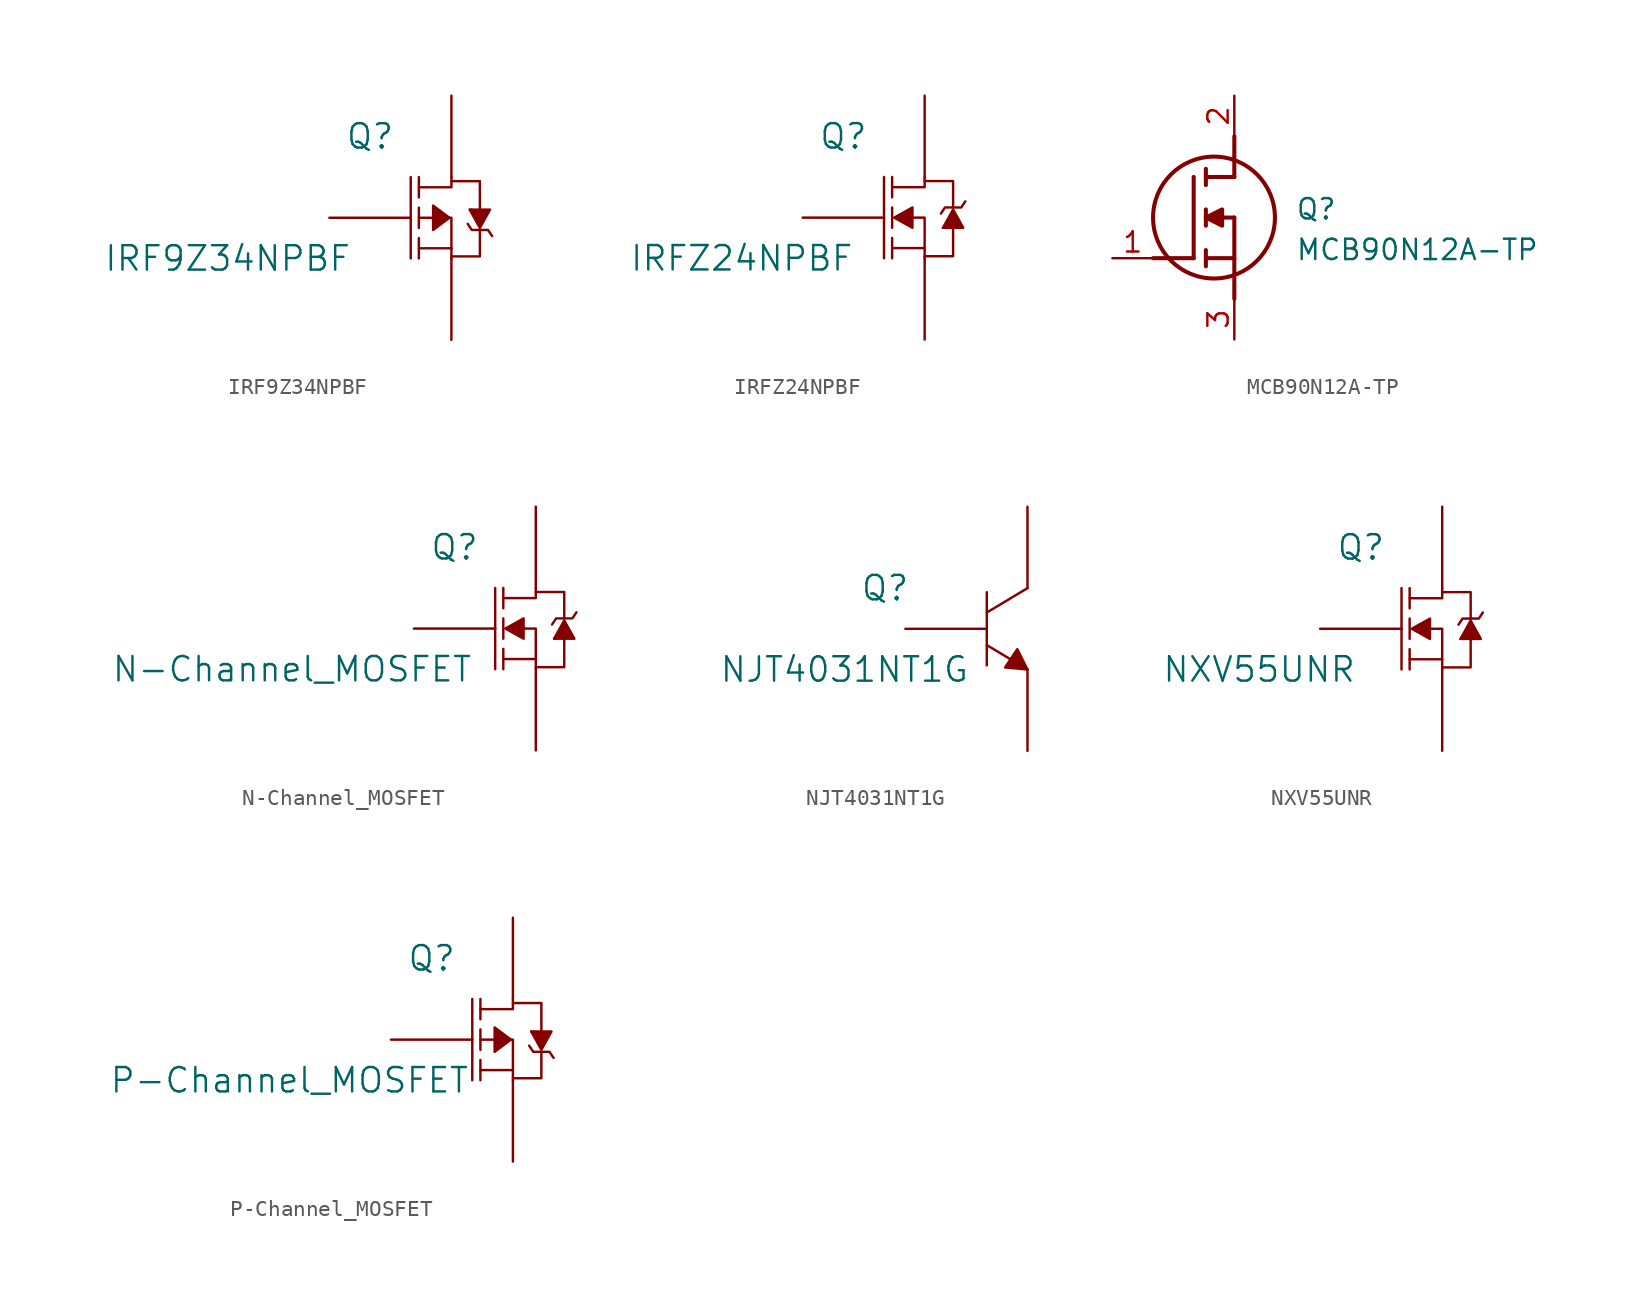
<source format=kicad_sym>
(kicad_symbol_lib
  (version 20231120)
  (generator "kicad_symbol_editor")
  (generator_version "8.0")
  (symbol "IRF9Z34NPBF"
    (pin_numbers hide)
    (pin_names
      (offset 0) hide)
    (property "Reference" "Q"
      (at -2.54 5.08 0)
      (effects (font (size 1.524 1.524))))
    (property "Value" "IRF9Z34NPBF"
      (at -11.43 -2.54 0)
      (effects (font (size 1.524 1.524))))
    (symbol "IRF9Z34NPBF_0_1"
      (polyline (pts (xy 0 0) (xy 0 -2.54)) (stroke (width 0) (type default)) (fill (type none)))
      (polyline (pts (xy 0 0) (xy 0 2.54)) (stroke (width 0) (type default)) (fill (type none)))
      (polyline (pts (xy 0.508 -1.905) (xy 2.54 -1.905)) (stroke (width 0) (type default)) (fill (type none)))
      (polyline (pts (xy 0.508 -1.27) (xy 0.508 -2.54)) (stroke (width 0) (type default)) (fill (type none)))
      (polyline (pts (xy 0.508 -0.635) (xy 0.508 0.635)) (stroke (width 0) (type default)) (fill (type none)))
      (polyline (pts (xy 0.508 0) (xy 1.397 0)) (stroke (width 0) (type default)) (fill (type none)))
      (polyline (pts (xy 0.508 1.27) (xy 0.508 2.54)) (stroke (width 0) (type default)) (fill (type none)))
      (polyline (pts (xy 2.54 -2.54) (xy 2.54 -1.905)) (stroke (width 0) (type default)) (fill (type none)))
      (polyline (pts (xy 3.81 0.508) (xy 3.683 0.508)) (stroke (width 0) (type default)) (fill (type none)))
      (polyline (pts (xy 0.508 1.905) (xy 2.54 1.905) (xy 2.54 2.54)) (stroke (width 0) (type default)) (fill (type none)))
      (polyline (pts (xy 2.413 0) (xy 2.54 0) (xy 2.54 -1.905)) (stroke (width 0) (type default)) (fill (type none)))
      (polyline (pts (xy 4.318 -0.762) (xy 4.318 -2.413) (xy 2.54 -2.413)) (stroke (width 0) (type default)) (fill (type none)))
      (polyline (pts (xy 4.318 0.508) (xy 4.318 2.286) (xy 2.54 2.286)) (stroke (width 0) (type default)) (fill (type none)))
      (polyline (pts (xy 2.413 0) (xy 1.397 0.762) (xy 1.397 -0.762) (xy 2.413 0)) (stroke (width 0) (type default)) (fill (type outline)))
      (polyline (pts (xy 3.556 -0.381) (xy 3.81 -0.762) (xy 4.826 -0.762) (xy 5.08 -1.143)) (stroke (width 0) (type default)) (fill (type none)))
      (polyline (pts (xy 3.683 0.508) (xy 4.318 -0.635) (xy 4.953 0.508) (xy 3.81 0.508)) (stroke (width 0) (type default)) (fill (type outline))))
    (symbol "IRF9Z34NPBF_1_1"
      (pin input line (at -5.08 0 0) (length 5.08) (name "G" (effects (font (size 1.27 1.27)))) (number "1" (effects (font (size 1.27 1.27)))))
      (pin input line (at 2.54 7.62 270) (length 5.08) (name "D" (effects (font (size 1.27 1.27)))) (number "2" (effects (font (size 1.27 1.27)))))
      (pin input line (at 2.54 -7.62 90) (length 5.08) (name "S" (effects (font (size 1.27 1.27)))) (number "3" (effects (font (size 1.27 1.27)))))))
  (symbol "IRFZ24NPBF"
    (pin_numbers hide)
    (pin_names
      (offset 0) hide)
    (property "Reference" "Q"
      (at -2.54 5.08 0)
      (effects (font (size 1.524 1.524))))
    (property "Value" "IRFZ24NPBF"
      (at -8.89 -2.54 0)
      (effects (font (size 1.524 1.524))))
    (symbol "IRFZ24NPBF_0_1"
      (polyline (pts (xy 0 0) (xy 0 -2.54)) (stroke (width 0) (type default)) (fill (type none)))
      (polyline (pts (xy 0 0) (xy 0 2.54)) (stroke (width 0) (type default)) (fill (type none)))
      (polyline (pts (xy 0.508 -1.27) (xy 0.508 -2.54)) (stroke (width 0) (type default)) (fill (type none)))
      (polyline (pts (xy 0.508 -0.635) (xy 0.508 0.635)) (stroke (width 0) (type default)) (fill (type none)))
      (polyline (pts (xy 0.508 1.27) (xy 0.508 2.54)) (stroke (width 0) (type default)) (fill (type none)))
      (polyline (pts (xy 2.54 -2.54) (xy 2.54 -1.905)) (stroke (width 0) (type default)) (fill (type none)))
      (polyline (pts (xy 3.81 -0.635) (xy 3.683 -0.635)) (stroke (width 0) (type default)) (fill (type none)))
      (polyline (pts (xy 0.508 1.905) (xy 2.54 1.905) (xy 2.54 2.54)) (stroke (width 0) (type default)) (fill (type none)))
      (polyline (pts (xy 4.318 -0.635) (xy 4.318 -2.413) (xy 2.54 -2.413)) (stroke (width 0) (type default)) (fill (type none)))
      (polyline (pts (xy 4.318 0.635) (xy 4.318 2.286) (xy 2.54 2.286)) (stroke (width 0) (type default)) (fill (type none)))
      (polyline (pts (xy 0.508 -1.905) (xy 2.54 -1.905) (xy 2.54 0) (xy 1.778 0)) (stroke (width 0) (type default)) (fill (type none)))
      (polyline (pts (xy 0.635 0) (xy 1.778 0.635) (xy 1.778 -0.635) (xy 0.635 0)) (stroke (width 0) (type default)) (fill (type outline)))
      (polyline (pts (xy 3.556 0.254) (xy 3.81 0.635) (xy 4.826 0.635) (xy 5.08 1.016)) (stroke (width 0) (type default)) (fill (type none)))
      (polyline (pts (xy 3.683 -0.635) (xy 4.318 0.508) (xy 4.953 -0.635) (xy 3.81 -0.635)) (stroke (width 0) (type default)) (fill (type outline))))
    (symbol "IRFZ24NPBF_1_1"
      (pin input line (at -5.08 0 0) (length 5.08) (name "G" (effects (font (size 1.27 1.27)))) (number "1" (effects (font (size 1.27 1.27)))))
      (pin input line (at 2.54 7.62 270) (length 5.08) (name "D" (effects (font (size 1.27 1.27)))) (number "2" (effects (font (size 1.27 1.27)))))
      (pin input line (at 2.54 -7.62 90) (length 5.08) (name "S" (effects (font (size 1.27 1.27)))) (number "3" (effects (font (size 1.27 1.27)))))))
  (symbol "MCB90N12A-TP"
    (pin_names hide)
    (property "Reference" "Q"
      (at 11.43 3.81 0)
      (effects (font (size 1.27 1.27)) (justify left top)))
    (property "Value" "MCB90N12A-TP"
      (at 11.43 1.27 0)
      (effects (font (size 1.27 1.27)) (justify left top)))
    (symbol "MCB90N12A-TP_1_1"
      (polyline (pts (xy 2.54 0) (xy 5.08 0)) (stroke (width 0.254) (type default)) (fill (type none)))
      (polyline (pts (xy 5.08 5.08) (xy 5.08 0)) (stroke (width 0.254) (type default)) (fill (type none)))
      (polyline (pts (xy 5.842 -0.508) (xy 5.842 0.508)) (stroke (width 0.254) (type default)) (fill (type none)))
      (polyline (pts (xy 5.842 0) (xy 7.62 0)) (stroke (width 0.254) (type default)) (fill (type none)))
      (polyline (pts (xy 5.842 2.032) (xy 5.842 3.048)) (stroke (width 0.254) (type default)) (fill (type none)))
      (polyline (pts (xy 5.842 5.588) (xy 5.842 4.572)) (stroke (width 0.254) (type default)) (fill (type none)))
      (polyline (pts (xy 7.62 2.54) (xy 5.842 2.54)) (stroke (width 0.254) (type default)) (fill (type none)))
      (polyline (pts (xy 7.62 2.54) (xy 7.62 -2.54)) (stroke (width 0.254) (type default)) (fill (type none)))
      (polyline (pts (xy 7.62 5.08) (xy 5.842 5.08)) (stroke (width 0.254) (type default)) (fill (type none)))
      (polyline (pts (xy 7.62 5.08) (xy 7.62 7.62)) (stroke (width 0.254) (type default)) (fill (type none)))
      (polyline (pts (xy 5.842 2.54) (xy 6.858 3.048) (xy 6.858 2.032) (xy 5.842 2.54)) (stroke (width 0.254) (type default)) (fill (type outline)))
      (circle (center 6.35 2.54) (radius 3.81) (stroke (width 0.254) (type default)) (fill (type none)))
      (pin passive line (at 0 0 0) (length 2.54) (name "G" (effects (font (size 1.27 1.27)))) (number "1" (effects (font (size 1.27 1.27)))))
      (pin passive line (at 7.62 10.16 270) (length 2.54) (name "D" (effects (font (size 1.27 1.27)))) (number "2" (effects (font (size 1.27 1.27)))))
      (pin passive line (at 7.62 -5.08 90) (length 2.54) (name "S" (effects (font (size 1.27 1.27)))) (number "3" (effects (font (size 1.27 1.27)))))))
  (symbol "N-Channel_MOSFET"
    (pin_numbers hide)
    (pin_names
      (offset 0) hide)
    (property "Reference" "Q"
      (at -2.54 5.08 0)
      (effects (font (size 1.524 1.524))))
    (property "Value" "N-Channel_MOSFET"
      (at -12.7 -2.54 0)
      (effects (font (size 1.524 1.524))))
    (symbol "N-Channel_MOSFET_0_1"
      (polyline (pts (xy 0 0) (xy 0 -2.54)) (stroke (width 0) (type default)) (fill (type none)))
      (polyline (pts (xy 0 0) (xy 0 2.54)) (stroke (width 0) (type default)) (fill (type none)))
      (polyline (pts (xy 0.508 -1.27) (xy 0.508 -2.54)) (stroke (width 0) (type default)) (fill (type none)))
      (polyline (pts (xy 0.508 -0.635) (xy 0.508 0.635)) (stroke (width 0) (type default)) (fill (type none)))
      (polyline (pts (xy 0.508 1.27) (xy 0.508 2.54)) (stroke (width 0) (type default)) (fill (type none)))
      (polyline (pts (xy 2.54 -2.54) (xy 2.54 -1.905)) (stroke (width 0) (type default)) (fill (type none)))
      (polyline (pts (xy 3.81 -0.635) (xy 3.683 -0.635)) (stroke (width 0) (type default)) (fill (type none)))
      (polyline (pts (xy 0.508 1.905) (xy 2.54 1.905) (xy 2.54 2.54)) (stroke (width 0) (type default)) (fill (type none)))
      (polyline (pts (xy 4.318 -0.635) (xy 4.318 -2.413) (xy 2.54 -2.413)) (stroke (width 0) (type default)) (fill (type none)))
      (polyline (pts (xy 4.318 0.635) (xy 4.318 2.286) (xy 2.54 2.286)) (stroke (width 0) (type default)) (fill (type none)))
      (polyline (pts (xy 0.508 -1.905) (xy 2.54 -1.905) (xy 2.54 0) (xy 1.778 0)) (stroke (width 0) (type default)) (fill (type none)))
      (polyline (pts (xy 0.635 0) (xy 1.778 0.635) (xy 1.778 -0.635) (xy 0.635 0)) (stroke (width 0) (type default)) (fill (type outline)))
      (polyline (pts (xy 3.556 0.254) (xy 3.81 0.635) (xy 4.826 0.635) (xy 5.08 1.016)) (stroke (width 0) (type default)) (fill (type none)))
      (polyline (pts (xy 3.683 -0.635) (xy 4.318 0.508) (xy 4.953 -0.635) (xy 3.81 -0.635)) (stroke (width 0) (type default)) (fill (type outline))))
    (symbol "N-Channel_MOSFET_1_1"
      (pin input line (at 2.54 7.62 270) (length 5.08) (name "D" (effects (font (size 1.27 1.27)))) (number "1" (effects (font (size 1.27 1.27)))))
      (pin input line (at -5.08 0 0) (length 5.08) (name "G" (effects (font (size 1.27 1.27)))) (number "2" (effects (font (size 1.27 1.27)))))
      (pin input line (at 2.54 -7.62 90) (length 5.08) (name "S" (effects (font (size 1.27 1.27)))) (number "3" (effects (font (size 1.27 1.27)))))))
  (symbol "NJT4031NT1G"
    (pin_numbers hide)
    (pin_names
      (offset 0) hide)
    (property "Reference" "Q"
      (at -6.35 2.54 0)
      (effects (font (size 1.524 1.524))))
    (property "Value" "NJT4031NT1G"
      (at -8.89 -2.54 0)
      (effects (font (size 1.524 1.524))))
    (symbol "NJT4031NT1G_0_1"
      (polyline (pts (xy 0 2.286) (xy 0 -2.286)) (stroke (width 0) (type default)) (fill (type none)))
      (polyline (pts (xy 2.54 -2.54) (xy 0 -1.016)) (stroke (width 0) (type default)) (fill (type none)))
      (polyline (pts (xy 2.54 2.54) (xy 0 1.016)) (stroke (width 0) (type default)) (fill (type none)))
      (polyline (pts (xy 2.54 -2.54) (xy 1.905 -1.27) (xy 1.143 -2.413) (xy 2.54 -2.54)) (stroke (width 0) (type default)) (fill (type outline))))
    (symbol "NJT4031NT1G_1_1"
      (pin input line (at -5.08 0 0) (length 5.08) (name "B" (effects (font (size 1.27 1.27)))) (number "1" (effects (font (size 1.27 1.27)))))
      (pin input line (at 2.54 7.62 270) (length 5.08) (name "C" (effects (font (size 1.27 1.27)))) (number "2" (effects (font (size 1.27 1.27)))))
      (pin input line (at 2.54 -7.62 90) (length 5.08) (name "E" (effects (font (size 1.27 1.27)))) (number "3" (effects (font (size 1.27 1.27)))))
      (pin input line (at 2.54 7.62 270) (length 5.08) hide (name "C" (effects (font (size 1.27 1.27)))) (number "4" (effects (font (size 1.27 1.27)))))))
  (symbol "NXV55UNR"
    (pin_numbers hide)
    (pin_names
      (offset 0) hide)
    (property "Reference" "Q"
      (at -2.54 5.08 0)
      (effects (font (size 1.524 1.524))))
    (property "Value" "NXV55UNR"
      (at -8.89 -2.54 0)
      (effects (font (size 1.524 1.524))))
    (symbol "NXV55UNR_0_1"
      (polyline (pts (xy 0 0) (xy 0 -2.54)) (stroke (width 0) (type default)) (fill (type none)))
      (polyline (pts (xy 0 0) (xy 0 2.54)) (stroke (width 0) (type default)) (fill (type none)))
      (polyline (pts (xy 0.508 -1.27) (xy 0.508 -2.54)) (stroke (width 0) (type default)) (fill (type none)))
      (polyline (pts (xy 0.508 -0.635) (xy 0.508 0.635)) (stroke (width 0) (type default)) (fill (type none)))
      (polyline (pts (xy 0.508 1.27) (xy 0.508 2.54)) (stroke (width 0) (type default)) (fill (type none)))
      (polyline (pts (xy 2.54 -2.54) (xy 2.54 -1.905)) (stroke (width 0) (type default)) (fill (type none)))
      (polyline (pts (xy 3.81 -0.635) (xy 3.683 -0.635)) (stroke (width 0) (type default)) (fill (type none)))
      (polyline (pts (xy 0.508 1.905) (xy 2.54 1.905) (xy 2.54 2.54)) (stroke (width 0) (type default)) (fill (type none)))
      (polyline (pts (xy 4.318 -0.635) (xy 4.318 -2.413) (xy 2.54 -2.413)) (stroke (width 0) (type default)) (fill (type none)))
      (polyline (pts (xy 4.318 0.635) (xy 4.318 2.286) (xy 2.54 2.286)) (stroke (width 0) (type default)) (fill (type none)))
      (polyline (pts (xy 0.508 -1.905) (xy 2.54 -1.905) (xy 2.54 0) (xy 1.778 0)) (stroke (width 0) (type default)) (fill (type none)))
      (polyline (pts (xy 0.635 0) (xy 1.778 0.635) (xy 1.778 -0.635) (xy 0.635 0)) (stroke (width 0) (type default)) (fill (type outline)))
      (polyline (pts (xy 3.556 0.254) (xy 3.81 0.635) (xy 4.826 0.635) (xy 5.08 1.016)) (stroke (width 0) (type default)) (fill (type none)))
      (polyline (pts (xy 3.683 -0.635) (xy 4.318 0.508) (xy 4.953 -0.635) (xy 3.81 -0.635)) (stroke (width 0) (type default)) (fill (type outline))))
    (symbol "NXV55UNR_1_1"
      (pin input line (at -5.08 0 0) (length 5.08) (name "G" (effects (font (size 1.27 1.27)))) (number "1" (effects (font (size 1.27 1.27)))))
      (pin input line (at 2.54 7.62 270) (length 5.08) (name "D" (effects (font (size 1.27 1.27)))) (number "2" (effects (font (size 1.27 1.27)))))
      (pin input line (at 2.54 -7.62 90) (length 5.08) (name "S" (effects (font (size 1.27 1.27)))) (number "3" (effects (font (size 1.27 1.27)))))))
  (symbol "P-Channel_MOSFET"
    (pin_numbers hide)
    (pin_names
      (offset 0) hide)
    (property "Reference" "Q"
      (at -2.54 5.08 0)
      (effects (font (size 1.524 1.524))))
    (property "Value" "P-Channel_MOSFET"
      (at -11.43 -2.54 0)
      (effects (font (size 1.524 1.524))))
    (symbol "P-Channel_MOSFET_0_1"
      (polyline (pts (xy 0 0) (xy 0 -2.54)) (stroke (width 0) (type default)) (fill (type none)))
      (polyline (pts (xy 0 0) (xy 0 2.54)) (stroke (width 0) (type default)) (fill (type none)))
      (polyline (pts (xy 0.508 -1.905) (xy 2.54 -1.905)) (stroke (width 0) (type default)) (fill (type none)))
      (polyline (pts (xy 0.508 -1.27) (xy 0.508 -2.54)) (stroke (width 0) (type default)) (fill (type none)))
      (polyline (pts (xy 0.508 -0.635) (xy 0.508 0.635)) (stroke (width 0) (type default)) (fill (type none)))
      (polyline (pts (xy 0.508 0) (xy 1.397 0)) (stroke (width 0) (type default)) (fill (type none)))
      (polyline (pts (xy 0.508 1.27) (xy 0.508 2.54)) (stroke (width 0) (type default)) (fill (type none)))
      (polyline (pts (xy 2.54 -2.54) (xy 2.54 -1.905)) (stroke (width 0) (type default)) (fill (type none)))
      (polyline (pts (xy 3.81 0.508) (xy 3.683 0.508)) (stroke (width 0) (type default)) (fill (type none)))
      (polyline (pts (xy 0.508 1.905) (xy 2.54 1.905) (xy 2.54 2.54)) (stroke (width 0) (type default)) (fill (type none)))
      (polyline (pts (xy 2.413 0) (xy 2.54 0) (xy 2.54 -1.905)) (stroke (width 0) (type default)) (fill (type none)))
      (polyline (pts (xy 4.318 -0.762) (xy 4.318 -2.413) (xy 2.54 -2.413)) (stroke (width 0) (type default)) (fill (type none)))
      (polyline (pts (xy 4.318 0.508) (xy 4.318 2.286) (xy 2.54 2.286)) (stroke (width 0) (type default)) (fill (type none)))
      (polyline (pts (xy 2.413 0) (xy 1.397 0.762) (xy 1.397 -0.762) (xy 2.413 0)) (stroke (width 0) (type default)) (fill (type outline)))
      (polyline (pts (xy 3.556 -0.381) (xy 3.81 -0.762) (xy 4.826 -0.762) (xy 5.08 -1.143)) (stroke (width 0) (type default)) (fill (type none)))
      (polyline (pts (xy 3.683 0.508) (xy 4.318 -0.635) (xy 4.953 0.508) (xy 3.81 0.508)) (stroke (width 0) (type default)) (fill (type outline))))
    (symbol "P-Channel_MOSFET_1_1"
      (pin input line (at 2.54 7.62 270) (length 5.08) (name "D" (effects (font (size 1.27 1.27)))) (number "1" (effects (font (size 1.27 1.27)))))
      (pin input line (at -5.08 0 0) (length 5.08) (name "G" (effects (font (size 1.27 1.27)))) (number "2" (effects (font (size 1.27 1.27)))))
      (pin input line (at 2.54 -7.62 90) (length 5.08) (name "S" (effects (font (size 1.27 1.27)))) (number "3" (effects (font (size 1.27 1.27))))))))
</source>
